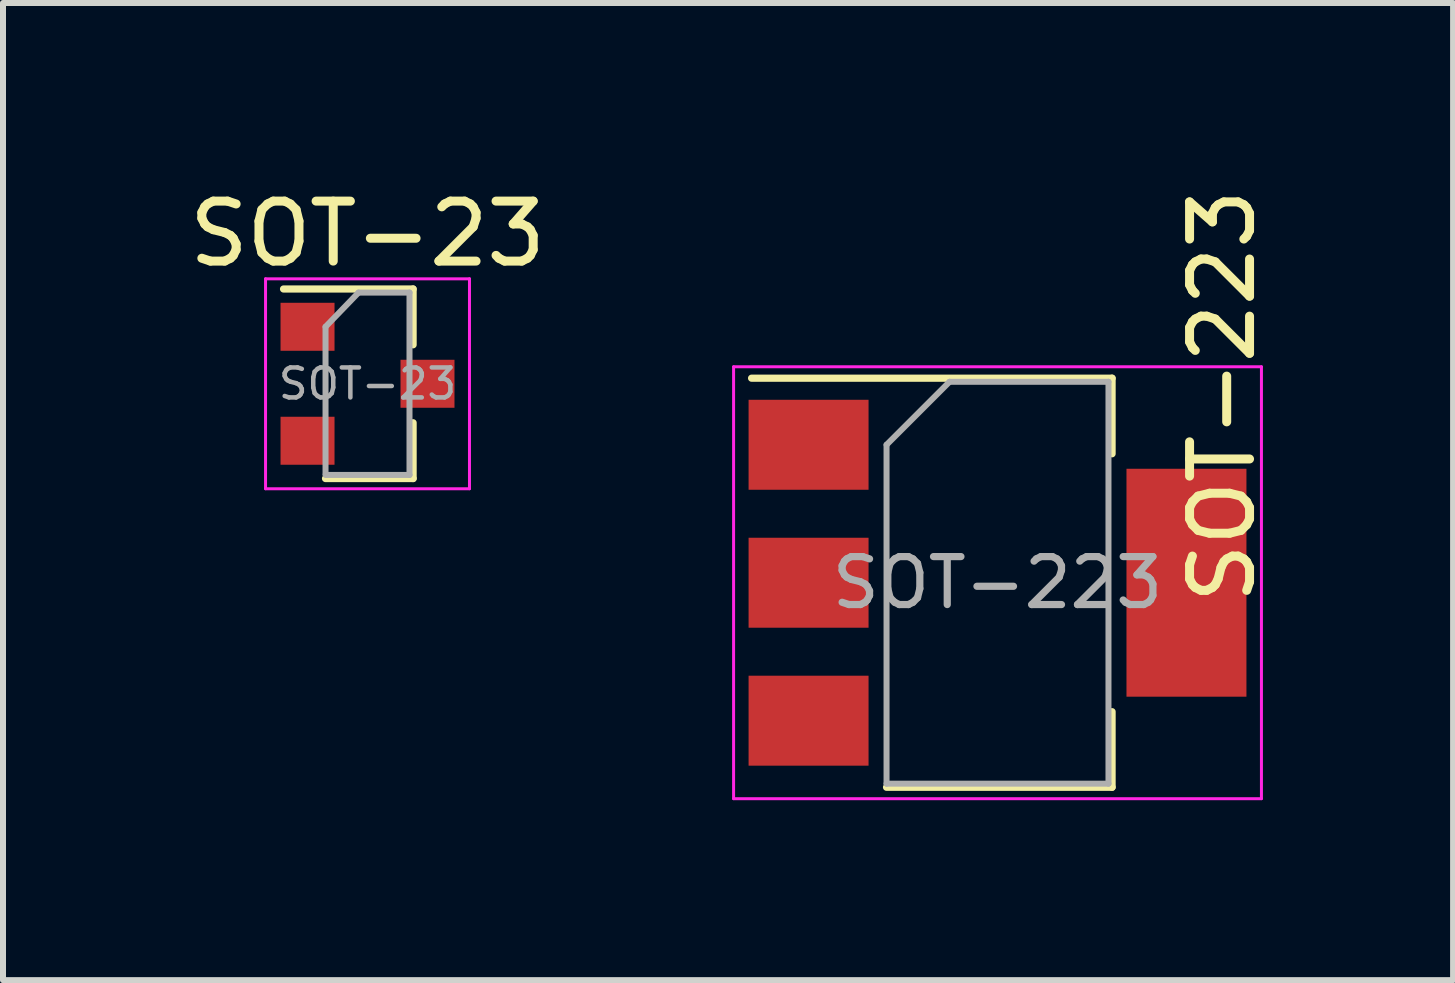
<source format=kicad_pcb>
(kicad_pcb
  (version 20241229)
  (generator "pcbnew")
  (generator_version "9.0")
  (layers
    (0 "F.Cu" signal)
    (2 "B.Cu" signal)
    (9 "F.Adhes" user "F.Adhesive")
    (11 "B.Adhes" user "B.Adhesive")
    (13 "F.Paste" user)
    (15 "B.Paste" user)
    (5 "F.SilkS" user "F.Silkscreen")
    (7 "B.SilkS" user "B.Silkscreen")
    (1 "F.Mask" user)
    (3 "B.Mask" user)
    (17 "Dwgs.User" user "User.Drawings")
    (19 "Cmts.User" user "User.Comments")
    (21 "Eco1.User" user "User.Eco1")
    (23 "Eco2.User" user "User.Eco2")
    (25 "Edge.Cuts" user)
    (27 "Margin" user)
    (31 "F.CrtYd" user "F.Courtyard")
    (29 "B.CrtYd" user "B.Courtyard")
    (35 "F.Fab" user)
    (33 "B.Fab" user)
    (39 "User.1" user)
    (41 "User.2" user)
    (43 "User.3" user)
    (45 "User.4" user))
  (footprint "SOT-223"
    (layer "F.Cu")
    (at 13.58 6.665)
    (property "Reference" "SOT-223" (at 3.747 -3.111 90) (layer "F.SilkS") (effects (font (size 1 1) (thickness 0.15))))
    (attr smd)
    (fp_line (start -4.1 -3.41) (end 1.91 -3.41) (stroke (width 0.12) (type solid)) (layer "F.SilkS"))
    (fp_line (start -1.85 3.41) (end 1.91 3.41) (stroke (width 0.12) (type solid)) (layer "F.SilkS"))
    (fp_line (start 1.91 -3.41) (end 1.91 -2.15) (stroke (width 0.12) (type solid)) (layer "F.SilkS"))
    (fp_line (start 1.91 3.41) (end 1.91 2.15) (stroke (width 0.12) (type solid)) (layer "F.SilkS"))
    (fp_line (start -4.4 -3.6) (end -4.4 3.6) (stroke (width 0.05) (type solid)) (layer "F.CrtYd"))
    (fp_line (start -4.4 3.6) (end 4.4 3.6) (stroke (width 0.05) (type solid)) (layer "F.CrtYd"))
    (fp_line (start 4.4 -3.6) (end -4.4 -3.6) (stroke (width 0.05) (type solid)) (layer "F.CrtYd"))
    (fp_line (start 4.4 3.6) (end 4.4 -3.6) (stroke (width 0.05) (type solid)) (layer "F.CrtYd"))
    (fp_line (start -1.85 -2.3) (end -1.85 3.35) (stroke (width 0.1) (type solid)) (layer "F.Fab"))
    (fp_line (start -1.85 -2.3) (end -0.8 -3.35) (stroke (width 0.1) (type solid)) (layer "F.Fab"))
    (fp_line (start -1.85 3.35) (end 1.85 3.35) (stroke (width 0.1) (type solid)) (layer "F.Fab"))
    (fp_line (start -0.8 -3.35) (end 1.85 -3.35) (stroke (width 0.1) (type solid)) (layer "F.Fab"))
    (fp_line (start 1.85 -3.35) (end 1.85 3.35) (stroke (width 0.1) (type solid)) (layer "F.Fab"))
    (fp_text user "${REFERENCE}" (at 0 0 0) (layer "F.Fab") (effects (font (size 0.8 0.8) (thickness 0.12))))
    (pad "1" smd rect (at -3.15 -2.3) (size 2 1.5) (layers "F.Cu" "F.Mask" "F.Paste"))
    (pad "2" smd rect (at -3.15 0) (size 2 1.5) (layers "F.Cu" "F.Mask" "F.Paste"))
    (pad "2" smd rect (at 3.15 0) (size 2 3.8) (layers "F.Cu" "F.Mask" "F.Paste"))
    (pad "3" smd rect (at -3.15 2.3) (size 2 1.5) (layers "F.Cu" "F.Mask" "F.Paste")))
  (footprint "SOT-23"
    (layer "F.Cu")
    (at 3.077 3.348)
    (property "Reference" "SOT-23" (at 0 -2.5 0) (layer "F.SilkS") (effects (font (size 1 1) (thickness 0.15))))
    (attr smd)
    (fp_line (start 0.76 -1.58) (end -1.4 -1.58) (stroke (width 0.12) (type solid)) (layer "F.SilkS"))
    (fp_line (start 0.76 -1.58) (end 0.76 -0.65) (stroke (width 0.12) (type solid)) (layer "F.SilkS"))
    (fp_line (start 0.76 1.58) (end -0.7 1.58) (stroke (width 0.12) (type solid)) (layer "F.SilkS"))
    (fp_line (start 0.76 1.58) (end 0.76 0.65) (stroke (width 0.12) (type solid)) (layer "F.SilkS"))
    (fp_line (start -1.7 -1.75) (end 1.7 -1.75) (stroke (width 0.05) (type solid)) (layer "F.CrtYd"))
    (fp_line (start -1.7 1.75) (end -1.7 -1.75) (stroke (width 0.05) (type solid)) (layer "F.CrtYd"))
    (fp_line (start 1.7 -1.75) (end 1.7 1.75) (stroke (width 0.05) (type solid)) (layer "F.CrtYd"))
    (fp_line (start 1.7 1.75) (end -1.7 1.75) (stroke (width 0.05) (type solid)) (layer "F.CrtYd"))
    (fp_line (start -0.7 -0.95) (end -0.7 1.5) (stroke (width 0.1) (type solid)) (layer "F.Fab"))
    (fp_line (start -0.7 -0.95) (end -0.15 -1.52) (stroke (width 0.1) (type solid)) (layer "F.Fab"))
    (fp_line (start -0.7 1.52) (end 0.7 1.52) (stroke (width 0.1) (type solid)) (layer "F.Fab"))
    (fp_line (start -0.15 -1.52) (end 0.7 -1.52) (stroke (width 0.1) (type solid)) (layer "F.Fab"))
    (fp_line (start 0.7 -1.52) (end 0.7 1.52) (stroke (width 0.1) (type solid)) (layer "F.Fab"))
    (fp_text user "${REFERENCE}" (at 0 0 0) (layer "F.Fab") (effects (font (size 0.5 0.5) (thickness 0.075))))
    (pad "1" smd rect (at -1 -0.95) (size 0.9 0.8) (layers "F.Cu" "F.Mask" "F.Paste"))
    (pad "2" smd rect (at -1 0.95) (size 0.9 0.8) (layers "F.Cu" "F.Mask" "F.Paste"))
    (pad "3" smd rect (at 1 0) (size 0.9 0.8) (layers "F.Cu" "F.Mask" "F.Paste")))
  (gr_rect
    (start -3 -3)
    (end 21.175 13.29)
    (stroke (width 0.1) (type default))
    (fill no)
    (layer "Edge.Cuts")))
</source>
